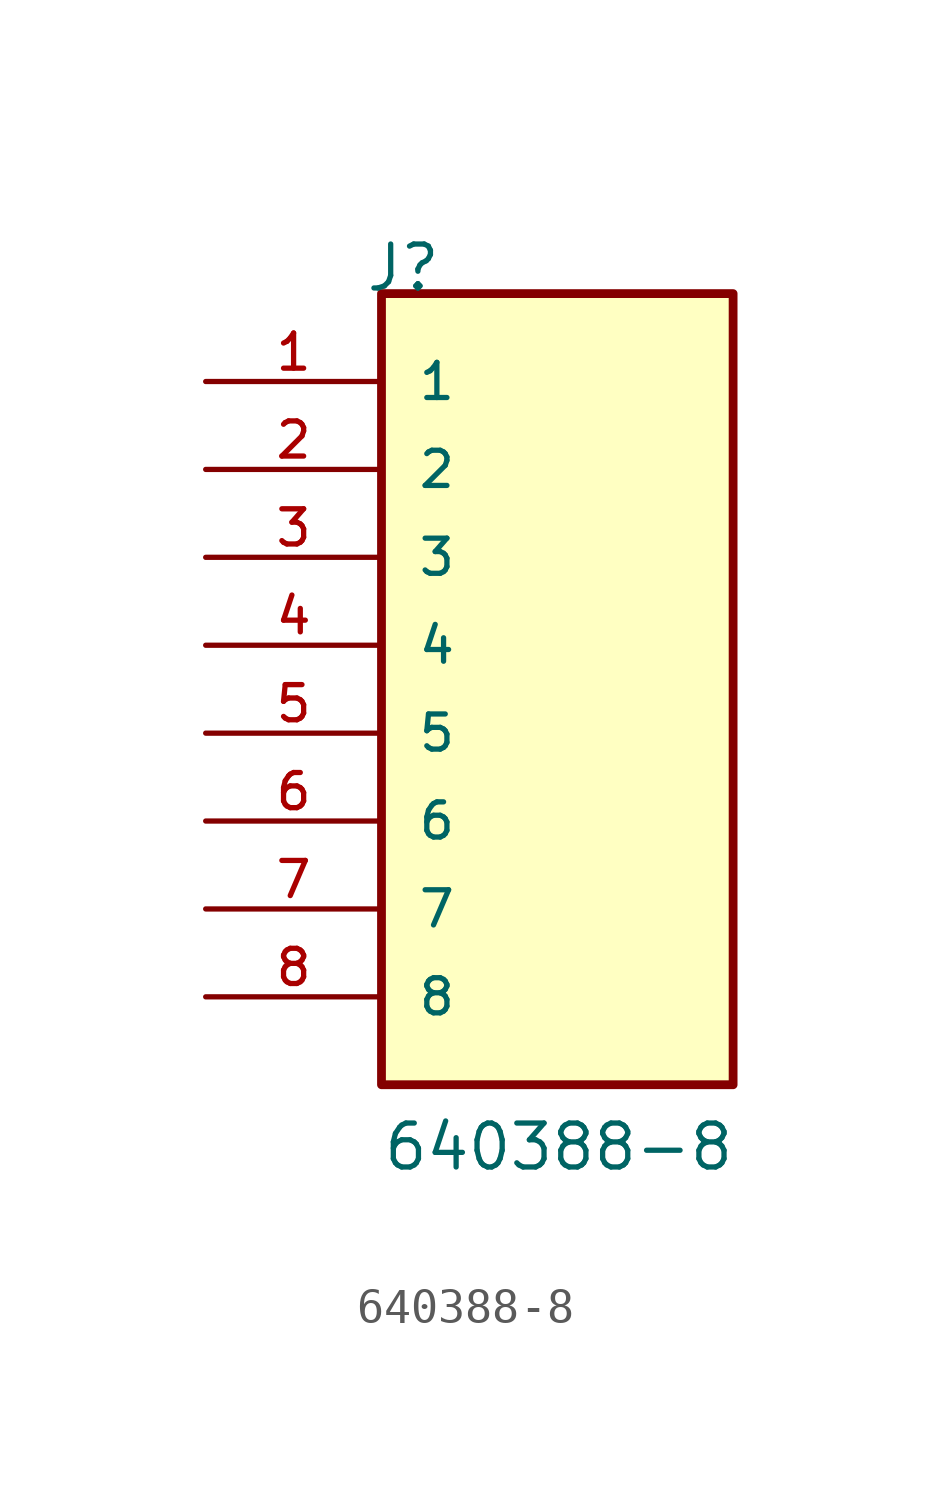
<source format=kicad_sym>
(kicad_symbol_lib
  (version 20211014)
  (generator kicad_symbol_editor)
  (symbol "640388-8"
    (pin_names
      (offset 1.016))
    (property "Reference" "J"
      (at -5.58 12.7 0)
      (effects (font (size 1.27 1.27)) (justify bottom left)))
    (property "Value" "640388-8"
      (at -5.08 -12.7 0)
      (effects (font (size 1.27 1.27)) (justify bottom left)))
    (symbol "640388-8_0_0"
      (rectangle (start -5.08 -10.16) (end 5.08 12.7) (stroke (width 0.254)) (fill (type background)))
      (pin passive line (at -10.16 10.16 0) (length 5.08) (name "1" (effects (font (size 1.016 1.016)))) (number "1" (effects (font (size 1.016 1.016)))))
      (pin passive line (at -10.16 7.62 0) (length 5.08) (name "2" (effects (font (size 1.016 1.016)))) (number "2" (effects (font (size 1.016 1.016)))))
      (pin passive line (at -10.16 5.08 0) (length 5.08) (name "3" (effects (font (size 1.016 1.016)))) (number "3" (effects (font (size 1.016 1.016)))))
      (pin passive line (at -10.16 2.54 0) (length 5.08) (name "4" (effects (font (size 1.016 1.016)))) (number "4" (effects (font (size 1.016 1.016)))))
      (pin passive line (at -10.16 0.0 0) (length 5.08) (name "5" (effects (font (size 1.016 1.016)))) (number "5" (effects (font (size 1.016 1.016)))))
      (pin passive line (at -10.16 -2.54 0) (length 5.08) (name "6" (effects (font (size 1.016 1.016)))) (number "6" (effects (font (size 1.016 1.016)))))
      (pin passive line (at -10.16 -5.08 0) (length 5.08) (name "7" (effects (font (size 1.016 1.016)))) (number "7" (effects (font (size 1.016 1.016)))))
      (pin passive line (at -10.16 -7.62 0) (length 5.08) (name "8" (effects (font (size 1.016 1.016)))) (number "8" (effects (font (size 1.016 1.016))))))))
</source>
